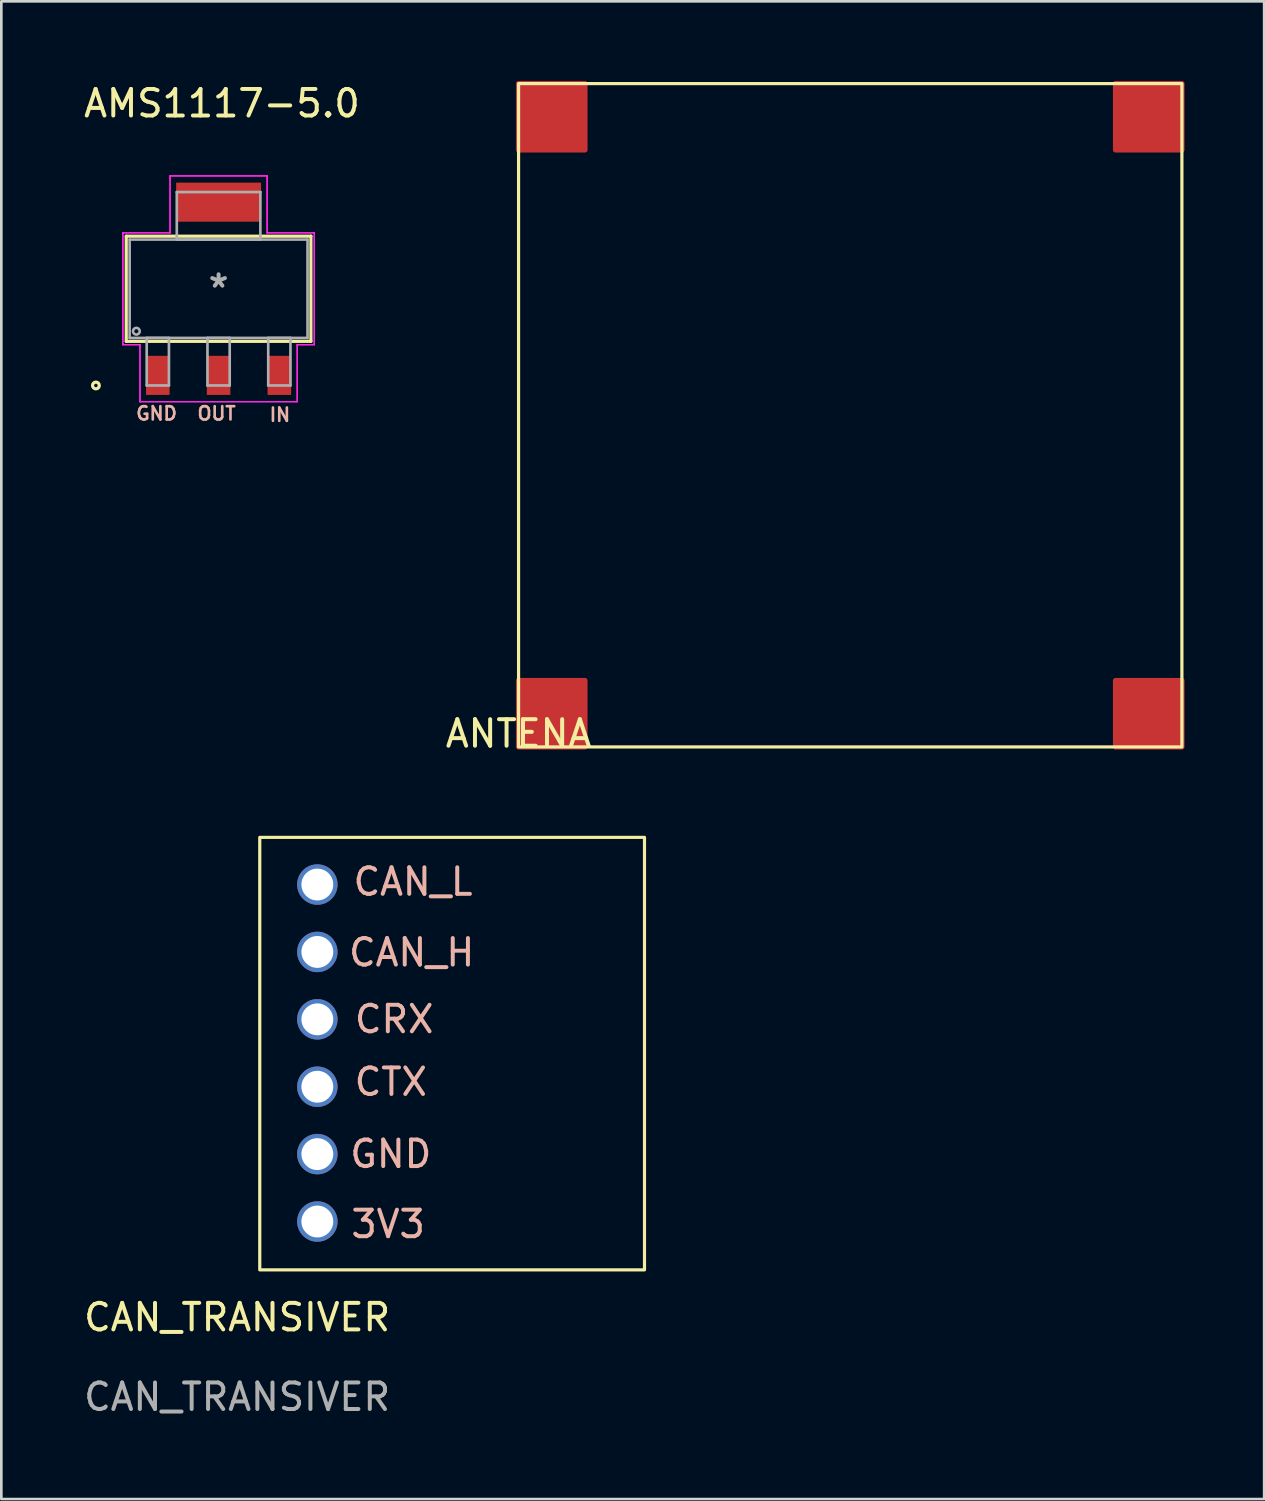
<source format=kicad_pcb>
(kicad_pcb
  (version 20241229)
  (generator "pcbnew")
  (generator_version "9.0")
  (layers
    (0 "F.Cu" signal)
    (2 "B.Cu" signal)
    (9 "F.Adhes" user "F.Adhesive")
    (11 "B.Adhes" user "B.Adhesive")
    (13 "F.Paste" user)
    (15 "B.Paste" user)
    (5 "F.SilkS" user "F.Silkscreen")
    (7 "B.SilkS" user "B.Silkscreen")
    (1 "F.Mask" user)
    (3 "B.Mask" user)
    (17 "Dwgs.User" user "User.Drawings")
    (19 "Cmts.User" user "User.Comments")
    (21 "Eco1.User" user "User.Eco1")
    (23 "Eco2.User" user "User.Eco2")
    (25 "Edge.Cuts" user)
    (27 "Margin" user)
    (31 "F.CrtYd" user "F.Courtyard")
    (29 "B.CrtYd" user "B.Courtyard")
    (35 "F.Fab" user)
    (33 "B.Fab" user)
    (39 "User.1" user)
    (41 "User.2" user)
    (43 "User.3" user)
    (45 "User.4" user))
  (footprint "ANTENA"
    (layer "F.Cu")
    (at 16.494 25.1)
    (property "Reference" "ANTENA" (at 0 -0.5 0) (unlocked yes) (layer "F.SilkS") (effects (font (size 1 1) (thickness 0.15))))
    (attr through_hole)
    (fp_rect (start 0 -22.5) (end 2.5 -25) (stroke (width 0.2) (type solid)) (fill yes) (layer "F.Cu"))
    (fp_rect (start 0 0) (end 2.5 -2.5) (stroke (width 0.2) (type solid)) (fill yes) (layer "F.Cu"))
    (fp_rect (start 22.5 -22.5) (end 25 -25) (stroke (width 0.2) (type solid)) (fill yes) (layer "F.Cu"))
    (fp_rect (start 22.5 0) (end 25 -2.5) (stroke (width 0.2) (type solid)) (fill yes) (layer "F.Cu"))
    (fp_rect (start 0 0) (end 25 -25) (stroke (width 0.12) (type solid)) (fill no) (layer "F.SilkS")))
  (footprint "CAN_TRANSIVER"
    (layer "F.Cu")
    (at 5.887 47.098)
    (property "Reference" "CAN_TRANSIVER" (at 0 -0.5 0) (unlocked yes) (layer "F.SilkS") (effects (font (size 1 1) (thickness 0.15))))
    (attr through_hole)
    (fp_rect (start 0.853 -18.589) (end 15.353 -2.289) (stroke (width 0.12) (type solid)) (fill no) (layer "F.SilkS"))
    (fp_text user "GND" (at 5.791 -6.655 0) (unlocked yes) (layer "B.SilkS") (effects (font (size 1 1) (thickness 0.15))))
    (fp_text user "CAN_L" (at 6.629 -16.916 0) (unlocked yes) (layer "B.SilkS") (effects (font (size 1 1) (thickness 0.15))))
    (fp_text user "CTX" (at 5.791 -9.373 0) (unlocked yes) (layer "B.SilkS") (effects (font (size 1 1) (thickness 0.15))))
    (fp_text user "3V3" (at 5.69 -4.013 0) (unlocked yes) (layer "B.SilkS") (effects (font (size 1 1) (thickness 0.15))))
    (fp_text user "CRX" (at 5.918 -11.735 0) (unlocked yes) (layer "B.SilkS") (effects (font (size 1 1) (thickness 0.15))))
    (fp_text user "CAN_H" (at 6.579 -14.249 0) (unlocked yes) (layer "B.SilkS") (effects (font (size 1 1) (thickness 0.15))))
    (fp_text user "${REFERENCE}" (at 0 2.5 0) (unlocked yes) (layer "F.Fab") (effects (font (size 1 1) (thickness 0.15))))
    (pad "1" thru_hole circle (at 3.023 -4.111) (size 1.524 1.524) (drill 1.2) (layers "*.Cu" "*.Mask"))
    (pad "2" thru_hole circle (at 3.023 -6.651) (size 1.524 1.524) (drill 1.2) (layers "*.Cu" "*.Mask"))
    (pad "3" thru_hole circle (at 3.023 -9.191) (size 1.524 1.524) (drill 1.2) (layers "*.Cu" "*.Mask"))
    (pad "4" thru_hole circle (at 3.023 -11.731) (size 1.524 1.524) (drill 1.2) (layers "*.Cu" "*.Mask"))
    (pad "5" thru_hole circle (at 3.023 -14.271) (size 1.524 1.524) (drill 1.2) (layers "*.Cu" "*.Mask"))
    (pad "6" thru_hole circle (at 3.023 -16.811) (size 1.524 1.524) (drill 1.2) (layers "*.Cu" "*.Mask")))
  (footprint "AMS1117-5.0"
    (layer "F.Cu")
    (at 5.188 7.833)
    (property "Reference" "AMS1117-5.0" (at 0.127 -6.985 0) (layer "F.SilkS") (effects (font (size 1 1) (thickness 0.15))))
    (attr through_hole)
    (fp_line (start -3.48 -1.981) (end -3.48 1.981) (stroke (width 0.12) (type solid)) (layer "F.SilkS"))
    (fp_line (start -3.48 1.981) (end 3.48 1.981) (stroke (width 0.12) (type solid)) (layer "F.SilkS"))
    (fp_line (start 3.48 -1.981) (end -3.48 -1.981) (stroke (width 0.12) (type solid)) (layer "F.SilkS"))
    (fp_line (start 3.48 1.981) (end 3.48 -1.981) (stroke (width 0.12) (type solid)) (layer "F.SilkS"))
    (fp_circle (center -4.623 3.645) (end -4.496 3.645) (stroke (width 0.12) (type solid)) (fill no) (layer "F.SilkS"))
    (fp_line (start -3.607 -2.108) (end -1.829 -2.108) (stroke (width 0.05) (type solid)) (layer "F.CrtYd"))
    (fp_line (start -3.607 -2.108) (end -1.829 -2.108) (stroke (width 0.05) (type solid)) (layer "F.CrtYd"))
    (fp_line (start -3.607 2.108) (end -3.607 -2.108) (stroke (width 0.05) (type solid)) (layer "F.CrtYd"))
    (fp_line (start -3.607 2.108) (end -3.607 -2.108) (stroke (width 0.05) (type solid)) (layer "F.CrtYd"))
    (fp_line (start -2.963 2.108) (end -3.607 2.108) (stroke (width 0.05) (type solid)) (layer "F.CrtYd"))
    (fp_line (start -2.963 2.108) (end -3.607 2.108) (stroke (width 0.05) (type solid)) (layer "F.CrtYd"))
    (fp_line (start -2.963 4.255) (end -2.963 2.108) (stroke (width 0.05) (type solid)) (layer "F.CrtYd"))
    (fp_line (start -2.963 4.255) (end -2.963 2.108) (stroke (width 0.05) (type solid)) (layer "F.CrtYd"))
    (fp_line (start -1.829 -4.255) (end 1.829 -4.255) (stroke (width 0.05) (type solid)) (layer "F.CrtYd"))
    (fp_line (start -1.829 -4.255) (end 1.829 -4.255) (stroke (width 0.05) (type solid)) (layer "F.CrtYd"))
    (fp_line (start -1.829 -2.108) (end -1.829 -4.255) (stroke (width 0.05) (type solid)) (layer "F.CrtYd"))
    (fp_line (start -1.829 -2.108) (end -1.829 -4.255) (stroke (width 0.05) (type solid)) (layer "F.CrtYd"))
    (fp_line (start 1.829 -4.255) (end 1.829 -2.108) (stroke (width 0.05) (type solid)) (layer "F.CrtYd"))
    (fp_line (start 1.829 -4.255) (end 1.829 -2.108) (stroke (width 0.05) (type solid)) (layer "F.CrtYd"))
    (fp_line (start 1.829 -2.108) (end 3.607 -2.108) (stroke (width 0.05) (type solid)) (layer "F.CrtYd"))
    (fp_line (start 1.829 -2.108) (end 3.607 -2.108) (stroke (width 0.05) (type solid)) (layer "F.CrtYd"))
    (fp_line (start 2.963 2.108) (end 2.963 4.255) (stroke (width 0.05) (type solid)) (layer "F.CrtYd"))
    (fp_line (start 2.963 2.108) (end 2.963 4.255) (stroke (width 0.05) (type solid)) (layer "F.CrtYd"))
    (fp_line (start 2.963 4.255) (end -2.963 4.255) (stroke (width 0.05) (type solid)) (layer "F.CrtYd"))
    (fp_line (start 2.963 4.255) (end -2.963 4.255) (stroke (width 0.05) (type solid)) (layer "F.CrtYd"))
    (fp_line (start 3.607 -2.108) (end 3.607 2.108) (stroke (width 0.05) (type solid)) (layer "F.CrtYd"))
    (fp_line (start 3.607 -2.108) (end 3.607 2.108) (stroke (width 0.05) (type solid)) (layer "F.CrtYd"))
    (fp_line (start 3.607 2.108) (end 2.963 2.108) (stroke (width 0.05) (type solid)) (layer "F.CrtYd"))
    (fp_line (start 3.607 2.108) (end 2.963 2.108) (stroke (width 0.05) (type solid)) (layer "F.CrtYd"))
    (fp_line (start -3.353 -1.854) (end -3.353 1.854) (stroke (width 0.1) (type solid)) (layer "F.Fab"))
    (fp_line (start -3.353 1.854) (end 3.353 1.854) (stroke (width 0.1) (type solid)) (layer "F.Fab"))
    (fp_line (start -2.709 1.854) (end -2.709 3.645) (stroke (width 0.1) (type solid)) (layer "F.Fab"))
    (fp_line (start -2.709 3.645) (end -1.871 3.645) (stroke (width 0.1) (type solid)) (layer "F.Fab"))
    (fp_line (start -1.871 1.854) (end -2.709 1.854) (stroke (width 0.1) (type solid)) (layer "F.Fab"))
    (fp_line (start -1.871 3.645) (end -1.871 1.854) (stroke (width 0.1) (type solid)) (layer "F.Fab"))
    (fp_line (start -1.575 -3.645) (end -1.575 -1.854) (stroke (width 0.1) (type solid)) (layer "F.Fab"))
    (fp_line (start -1.575 -1.854) (end 1.575 -1.854) (stroke (width 0.1) (type solid)) (layer "F.Fab"))
    (fp_line (start -0.419 1.854) (end -0.419 3.645) (stroke (width 0.1) (type solid)) (layer "F.Fab"))
    (fp_line (start -0.419 3.645) (end 0.419 3.645) (stroke (width 0.1) (type solid)) (layer "F.Fab"))
    (fp_line (start 0.419 1.854) (end -0.419 1.854) (stroke (width 0.1) (type solid)) (layer "F.Fab"))
    (fp_line (start 0.419 3.645) (end 0.419 1.854) (stroke (width 0.1) (type solid)) (layer "F.Fab"))
    (fp_line (start 1.575 -3.645) (end -1.575 -3.645) (stroke (width 0.1) (type solid)) (layer "F.Fab"))
    (fp_line (start 1.575 -1.854) (end 1.575 -3.645) (stroke (width 0.1) (type solid)) (layer "F.Fab"))
    (fp_line (start 1.871 1.854) (end 1.871 3.645) (stroke (width 0.1) (type solid)) (layer "F.Fab"))
    (fp_line (start 1.871 3.645) (end 2.709 3.645) (stroke (width 0.1) (type solid)) (layer "F.Fab"))
    (fp_line (start 2.709 1.854) (end 1.871 1.854) (stroke (width 0.1) (type solid)) (layer "F.Fab"))
    (fp_line (start 2.709 3.645) (end 2.709 1.854) (stroke (width 0.1) (type solid)) (layer "F.Fab"))
    (fp_line (start 3.353 -1.854) (end -3.353 -1.854) (stroke (width 0.1) (type solid)) (layer "F.Fab"))
    (fp_line (start 3.353 1.854) (end 3.353 -1.854) (stroke (width 0.1) (type solid)) (layer "F.Fab"))
    (fp_circle (center -3.099 1.6) (end -2.972 1.6) (stroke (width 0.1) (type solid)) (fill no) (layer "F.Fab"))
    (fp_text user "OUT" (at -0.076 4.699 0) (unlocked yes) (layer "B.SilkS") (effects (font (size 0.5 0.5) (thickness 0.1))))
    (fp_text user "GND" (at -2.337 4.699 0) (unlocked yes) (layer "B.SilkS") (effects (font (size 0.5 0.5) (thickness 0.1))))
    (fp_text user "IN" (at 2.311 4.75 0) (unlocked yes) (layer "B.SilkS") (effects (font (size 0.5 0.5) (thickness 0.1))))
    (fp_text user "*" (at 0 0 0) (layer "F.Fab") (effects (font (size 1 1) (thickness 0.15))))
    (pad "1" smd rect (at -2.29 3.264) (size 0.889 1.473) (layers "F.Cu" "F.Mask" "F.Paste"))
    (pad "2" smd rect (at 0 3.264) (size 0.889 1.473) (layers "F.Cu" "F.Mask" "F.Paste"))
    (pad "3" smd rect (at 2.29 3.264) (size 0.889 1.473) (layers "F.Cu" "F.Mask" "F.Paste"))
    (pad "4" smd rect (at 0 -3.264) (size 3.2 1.473) (layers "F.Cu" "F.Mask" "F.Paste")))
  (gr_rect
    (start -3 -3)
    (end 44.594 53.446)
    (stroke (width 0.1) (type default))
    (fill no)
    (layer "Edge.Cuts")))
</source>
